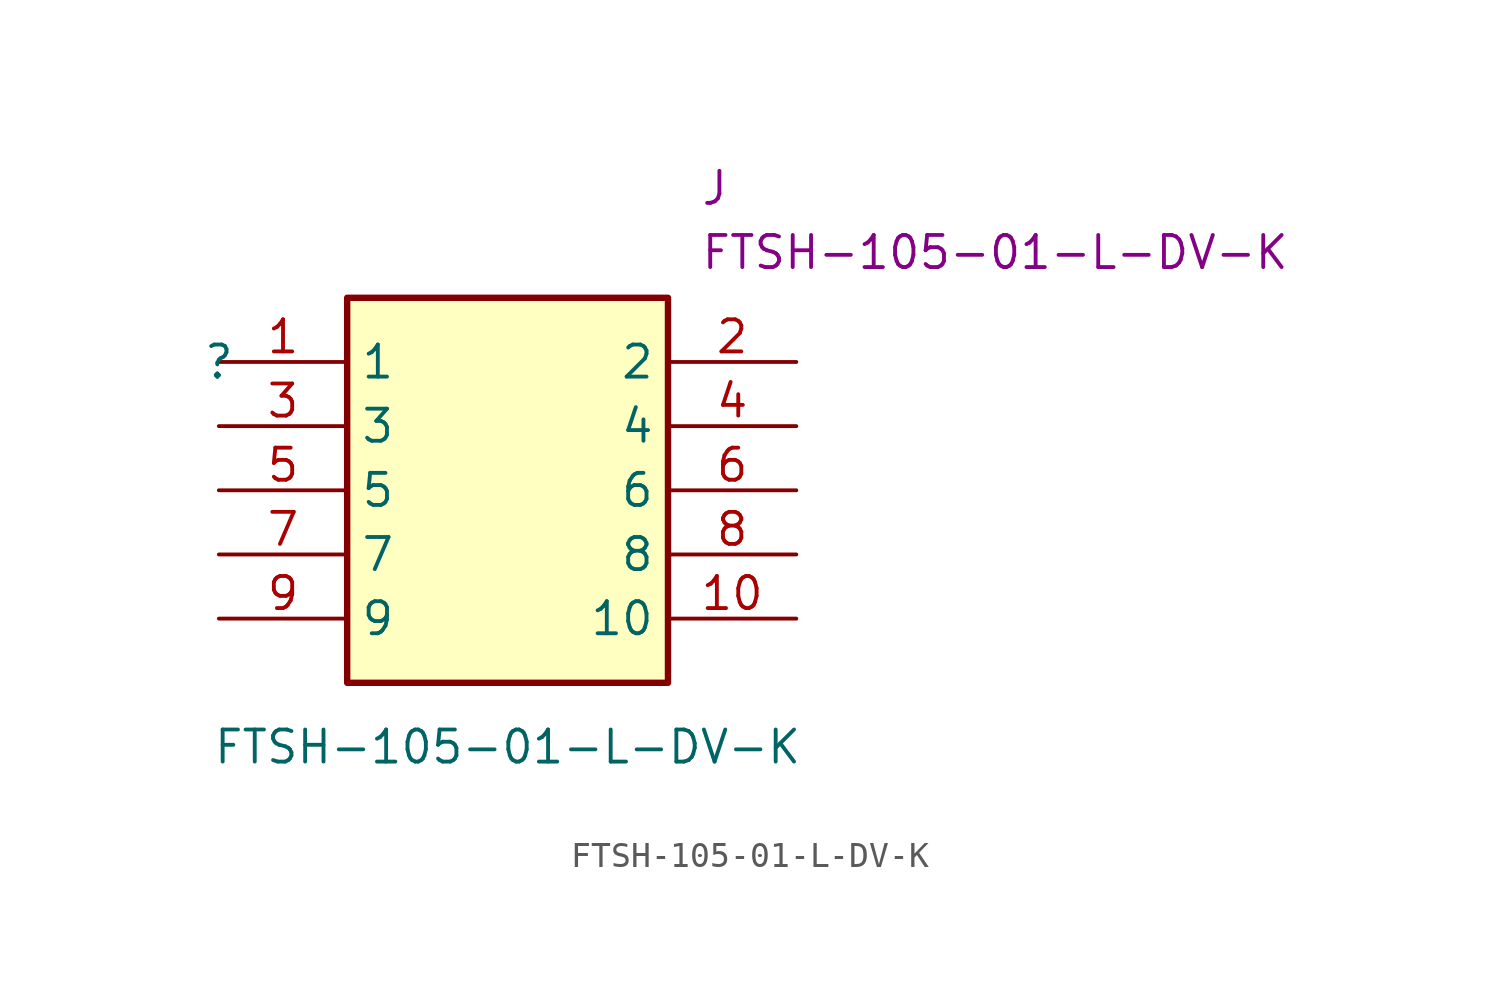
<source format=kicad_sym>
(kicad_symbol_lib
  (version 20211014)
  (generator kicad_symbol_editor)
  (symbol "FTSH-105-01-L-DV-K"
    (property "Reference" ""
      (at 0 0 0)
      (effects (font (size 1.27 1.27))))
    (property "Value" "FTSH-105-01-L-DV-K"
      (at 11.43 -15.24 0)
      (effects (font (size 1.27 1.27))))
    (property "Reference_1" "J"
      (at 19.05 7.62 0)
      (effects (font (size 1.27 1.27)) (justify left top)))
    (property "Value_1" "FTSH-105-01-L-DV-K"
      (at 19.05 5.08 0)
      (effects (font (size 1.27 1.27)) (justify left top)))
    (symbol "FTSH-105-01-L-DV-K_1_1"
      (rectangle (start 5.08 2.54) (end 17.78 -12.7) (stroke (width 0.254) (type default) (color 0 0 0 0)) (fill (type background)))
      (pin passive line (at 0 0 0) (length 5.08) (name "1" (effects (font (size 1.27 1.27)))) (number "1" (effects (font (size 1.27 1.27)))))
      (pin passive line (at 22.86 -10.16 180) (length 5.08) (name "10" (effects (font (size 1.27 1.27)))) (number "10" (effects (font (size 1.27 1.27)))))
      (pin passive line (at 22.86 0 180) (length 5.08) (name "2" (effects (font (size 1.27 1.27)))) (number "2" (effects (font (size 1.27 1.27)))))
      (pin passive line (at 0 -2.54 0) (length 5.08) (name "3" (effects (font (size 1.27 1.27)))) (number "3" (effects (font (size 1.27 1.27)))))
      (pin passive line (at 22.86 -2.54 180) (length 5.08) (name "4" (effects (font (size 1.27 1.27)))) (number "4" (effects (font (size 1.27 1.27)))))
      (pin passive line (at 0 -5.08 0) (length 5.08) (name "5" (effects (font (size 1.27 1.27)))) (number "5" (effects (font (size 1.27 1.27)))))
      (pin passive line (at 22.86 -5.08 180) (length 5.08) (name "6" (effects (font (size 1.27 1.27)))) (number "6" (effects (font (size 1.27 1.27)))))
      (pin passive line (at 0 -7.62 0) (length 5.08) (name "7" (effects (font (size 1.27 1.27)))) (number "7" (effects (font (size 1.27 1.27)))))
      (pin passive line (at 22.86 -7.62 180) (length 5.08) (name "8" (effects (font (size 1.27 1.27)))) (number "8" (effects (font (size 1.27 1.27)))))
      (pin passive line (at 0 -10.16 0) (length 5.08) (name "9" (effects (font (size 1.27 1.27)))) (number "9" (effects (font (size 1.27 1.27))))))))
</source>
